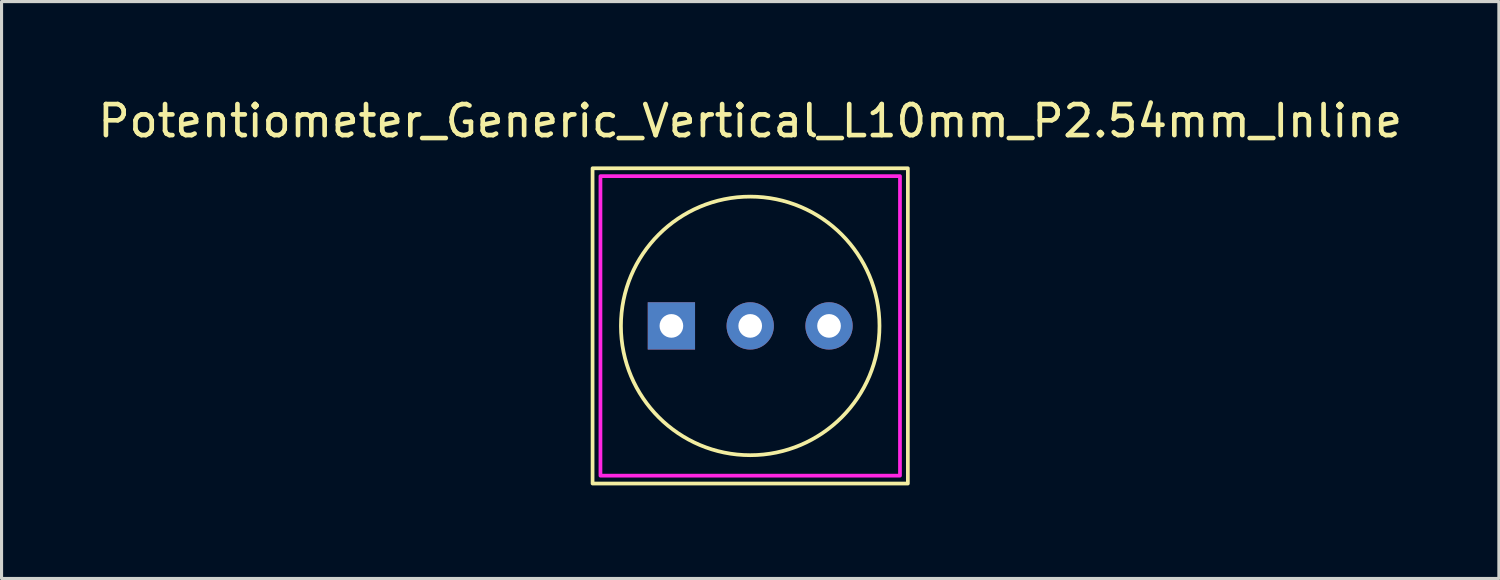
<source format=kicad_pcb>
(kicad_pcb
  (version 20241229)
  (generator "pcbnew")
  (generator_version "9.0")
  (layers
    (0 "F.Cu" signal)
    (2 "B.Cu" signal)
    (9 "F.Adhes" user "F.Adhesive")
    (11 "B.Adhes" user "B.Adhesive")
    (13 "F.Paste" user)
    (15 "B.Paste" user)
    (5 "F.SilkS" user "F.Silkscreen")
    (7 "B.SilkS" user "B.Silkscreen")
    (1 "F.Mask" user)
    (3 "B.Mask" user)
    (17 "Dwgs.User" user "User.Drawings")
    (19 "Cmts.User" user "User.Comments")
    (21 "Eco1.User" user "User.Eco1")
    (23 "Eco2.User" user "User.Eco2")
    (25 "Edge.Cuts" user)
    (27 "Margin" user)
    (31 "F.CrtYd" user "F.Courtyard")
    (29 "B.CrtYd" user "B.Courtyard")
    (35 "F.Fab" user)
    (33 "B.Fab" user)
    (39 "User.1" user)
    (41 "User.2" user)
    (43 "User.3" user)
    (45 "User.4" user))
  (footprint "Potentiometer_Generic_Vertical_L10mm_P2.54mm_Inline"
    (layer "F.Cu")
    (at 21.125 7.452)
    (property "Reference" "Potentiometer_Generic_Vertical_L10mm_P2.54mm_Inline" (at 0 -6.604 0) (unlocked yes) (layer "F.SilkS") (effects (font (size 1 1) (thickness 0.15))))
    (attr through_hole)
    (fp_rect (start -5.08 -5.08) (end 5.08 5.08) (stroke (width 0.12) (type solid)) (fill no) (layer "F.SilkS"))
    (fp_circle (center 0 0) (end 2.54 -3.302) (stroke (width 0.12) (type solid)) (fill no) (layer "F.SilkS"))
    (fp_rect (start -4.826 -4.826) (end 4.826 4.826) (stroke (width 0.12) (type solid)) (fill no) (layer "F.CrtYd"))
    (pad "1" thru_hole rect (at -2.54 0) (size 1.524 1.524) (drill 0.762) (layers "*.Cu" "*.Mask"))
    (pad "2" thru_hole circle (at 0 0) (size 1.524 1.524) (drill 0.762) (layers "*.Cu" "*.Mask"))
    (pad "3" thru_hole circle (at 2.54 0) (size 1.524 1.524) (drill 0.762) (layers "*.Cu" "*.Mask")))
  (gr_rect
    (start -3 -3)
    (end 45.25 15.592)
    (stroke (width 0.1) (type default))
    (fill no)
    (layer "Edge.Cuts")))
</source>
